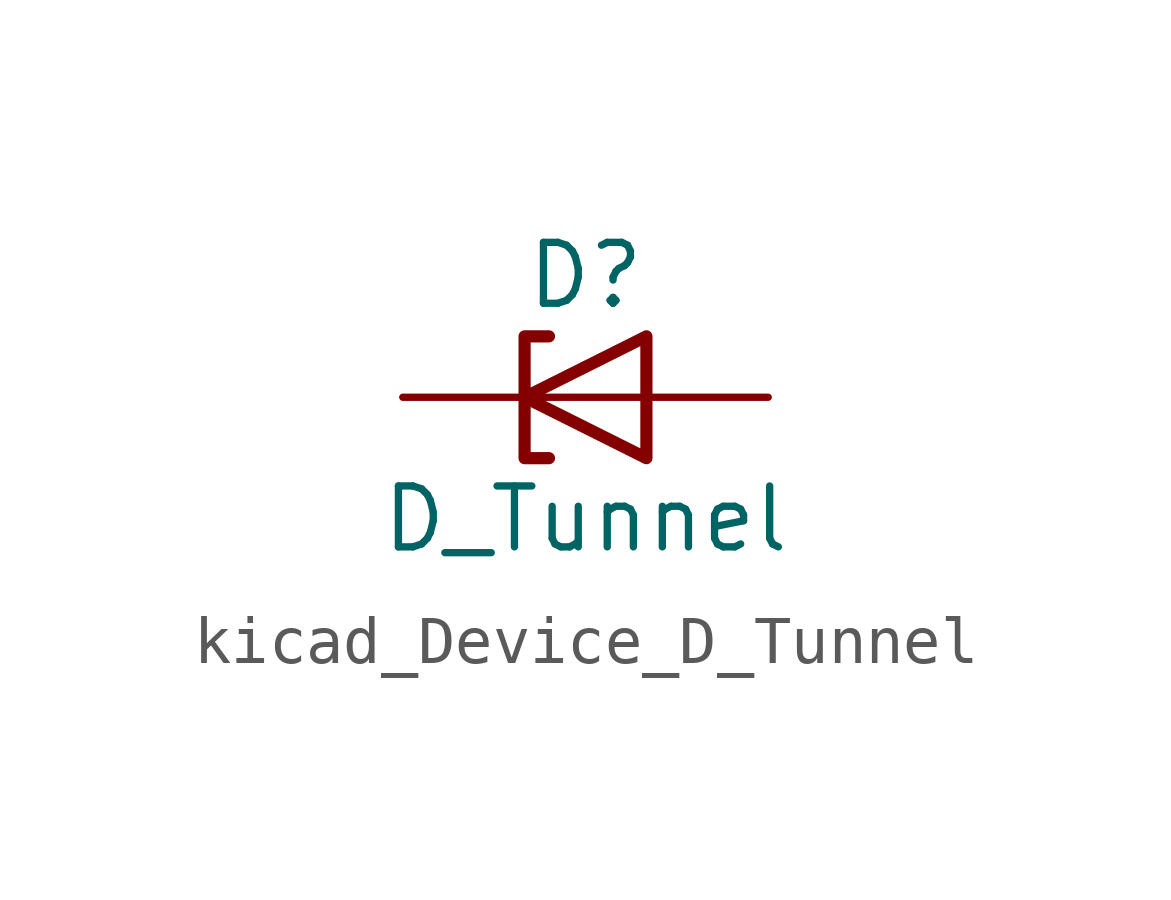
<source format=kicad_sym>
(kicad_symbol_lib
  (version 20220914)
  (generator kicad_symbol_editor)
  (symbol "kicad_Device_D_Tunnel"
    (pin_numbers hide)
    (pin_names
      (offset 1.016) hide)
    (property "Reference" "D"
      (at 0 2.54 0)
      (effects (font (size 1.27 1.27))))
    (property "Value" "D_Tunnel"
      (at 0 -2.54 0)
      (effects (font (size 1.27 1.27))))
    (symbol "kicad_Device_D_Tunnel_0_1"
      (polyline (pts (xy 1.27 0) (xy -1.27 0)) (stroke (width 0) (type default)) (fill (type none)))
      (polyline (pts (xy -0.762 1.27) (xy -1.27 1.27) (xy -1.27 -1.27) (xy -0.762 -1.27)) (stroke (width 0.254) (type default)) (fill (type none)))
      (polyline (pts (xy 1.27 -1.27) (xy 1.27 1.27) (xy -1.27 0) (xy 1.27 -1.27)) (stroke (width 0.254) (type default)) (fill (type none))))
    (symbol "kicad_Device_D_Tunnel_1_1"
      (pin passive line (at -3.81 0 0) (length 2.54) (name "K" (effects (font (size 1.27 1.27)))) (number "1" (effects (font (size 1.27 1.27)))))
      (pin passive line (at 3.81 0 180) (length 2.54) (name "A" (effects (font (size 1.27 1.27)))) (number "2" (effects (font (size 1.27 1.27))))))))
</source>
